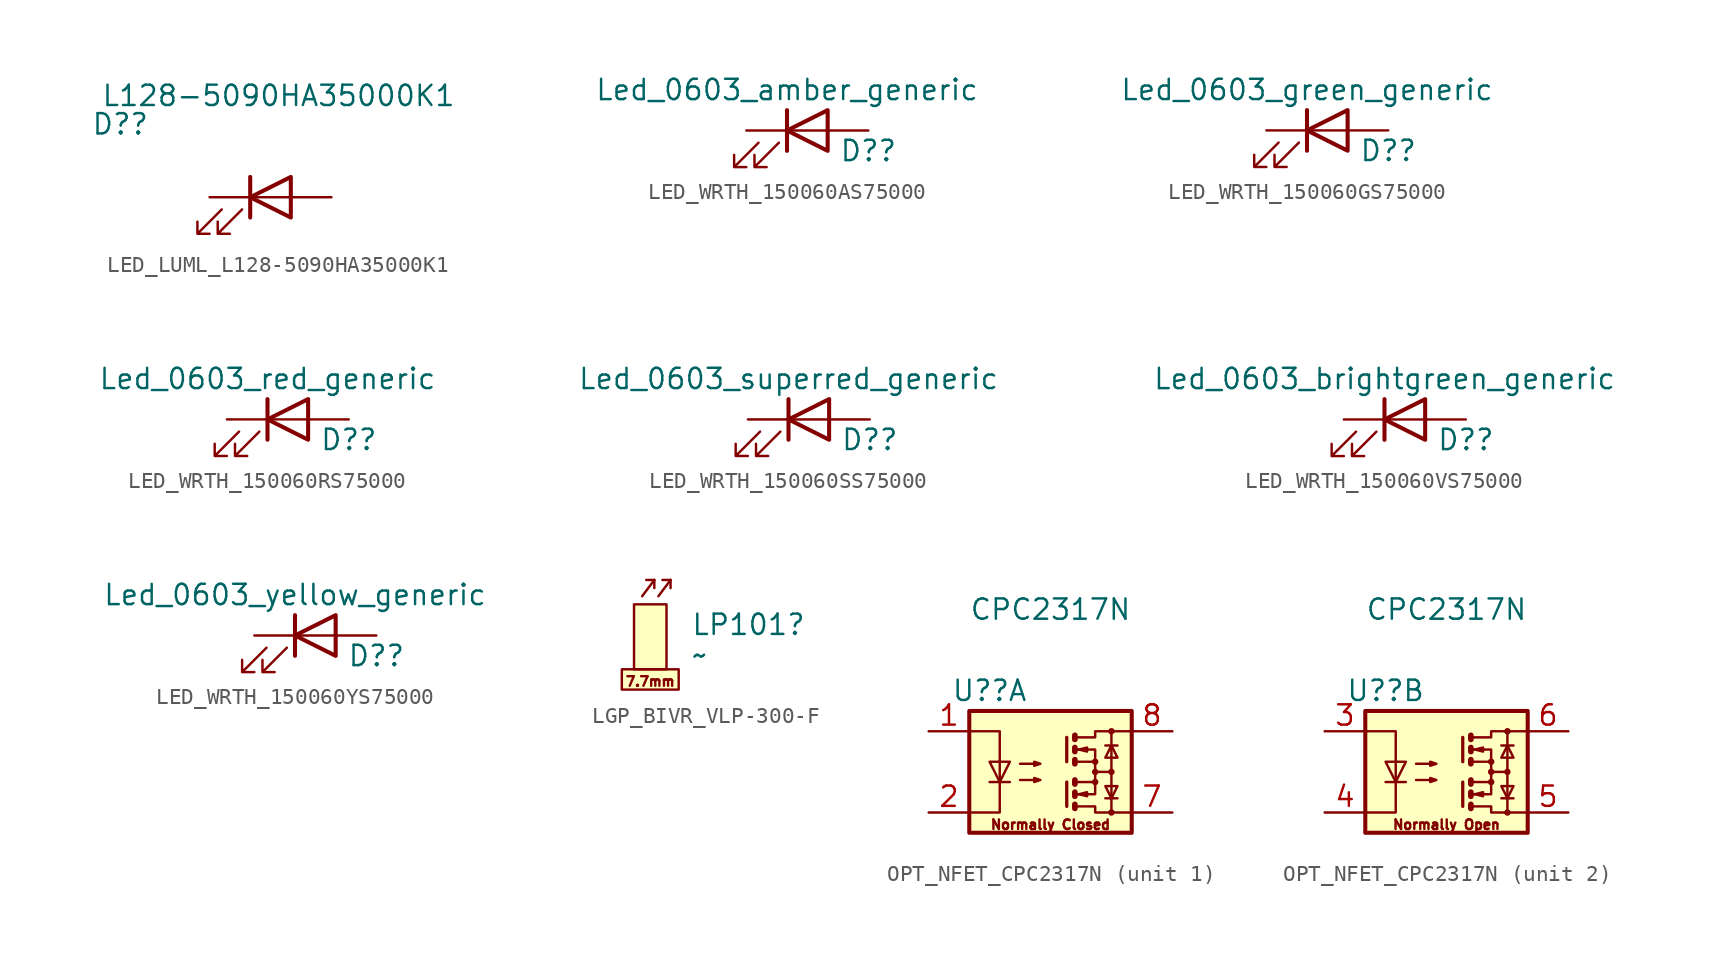
<source format=kicad_sym>
(kicad_symbol_lib
  (version 20231120)
  (generator "kicad_symbol_editor")
  (generator_version "8.0")
  (symbol "LED_LUML_L128-5090HA35000K1"
    (pin_numbers hide)
    (pin_names
      (offset 1.016) hide)
    (property "Reference" "D?"
      (at -9.398 4.572 0)
      (effects (font (size 1.27 1.27))))
    (property "Value" "L128-5090HA35000K1"
      (at 0.508 6.35 0)
      (effects (font (size 1.27 1.27))))
    (symbol "LED_LUML_L128-5090HA35000K1_0_1"
      (polyline (pts (xy -1.27 -1.27) (xy -1.27 1.27)) (stroke (width 0.254) (type default)) (fill (type none)))
      (polyline (pts (xy -1.27 0) (xy 1.27 0)) (stroke (width 0) (type default)) (fill (type none)))
      (polyline (pts (xy 1.27 -1.27) (xy 1.27 1.27) (xy -1.27 0) (xy 1.27 -1.27)) (stroke (width 0.254) (type default)) (fill (type none)))
      (polyline (pts (xy -3.048 -0.762) (xy -4.572 -2.286) (xy -3.81 -2.286) (xy -4.572 -2.286) (xy -4.572 -1.524)) (stroke (width 0) (type default)) (fill (type none)))
      (polyline (pts (xy -1.778 -0.762) (xy -3.302 -2.286) (xy -2.54 -2.286) (xy -3.302 -2.286) (xy -3.302 -1.524)) (stroke (width 0) (type default)) (fill (type none))))
    (symbol "LED_LUML_L128-5090HA35000K1_1_1"
      (pin passive line (at -3.81 0 0) (length 2.54) (name "K" (effects (font (size 1.27 1.27)))) (number "1" (effects (font (size 1.27 1.27)))))
      (pin passive line (at 3.81 0 180) (length 2.54) (name "A" (effects (font (size 1.27 1.27)))) (number "2" (effects (font (size 1.27 1.27)))))))
  (symbol "LED_WRTH_150060AS75000"
    (pin_numbers hide)
    (pin_names
      (offset 1.016) hide)
    (property "Reference" "D?"
      (at 3.81 -1.27 0)
      (effects (font (size 1.27 1.27))))
    (property "Value" "Led_0603_amber_generic"
      (at -1.27 2.54 0)
      (effects (font (size 1.27 1.27))))
    (symbol "LED_WRTH_150060AS75000_0_1"
      (polyline (pts (xy -1.27 -1.27) (xy -1.27 1.27)) (stroke (width 0.254) (type default)) (fill (type none)))
      (polyline (pts (xy -1.27 0) (xy 1.27 0)) (stroke (width 0) (type default)) (fill (type none)))
      (polyline (pts (xy 1.27 -1.27) (xy 1.27 1.27) (xy -1.27 0) (xy 1.27 -1.27)) (stroke (width 0.254) (type default)) (fill (type none)))
      (polyline (pts (xy -3.048 -0.762) (xy -4.572 -2.286) (xy -3.81 -2.286) (xy -4.572 -2.286) (xy -4.572 -1.524)) (stroke (width 0) (type default)) (fill (type none)))
      (polyline (pts (xy -1.778 -0.762) (xy -3.302 -2.286) (xy -2.54 -2.286) (xy -3.302 -2.286) (xy -3.302 -1.524)) (stroke (width 0) (type default)) (fill (type none))))
    (symbol "LED_WRTH_150060AS75000_1_1"
      (pin passive line (at -3.81 0 0) (length 2.54) (name "K" (effects (font (size 1.27 1.27)))) (number "1" (effects (font (size 1.27 1.27)))))
      (pin passive line (at 3.81 0 180) (length 2.54) (name "A" (effects (font (size 1.27 1.27)))) (number "2" (effects (font (size 1.27 1.27)))))))
  (symbol "LED_WRTH_150060GS75000"
    (pin_numbers hide)
    (pin_names
      (offset 1.016) hide)
    (property "Reference" "D?"
      (at 3.81 -1.27 0)
      (effects (font (size 1.27 1.27))))
    (property "Value" "Led_0603_green_generic"
      (at -1.27 2.54 0)
      (effects (font (size 1.27 1.27))))
    (symbol "LED_WRTH_150060GS75000_0_1"
      (polyline (pts (xy -1.27 -1.27) (xy -1.27 1.27)) (stroke (width 0.254) (type default)) (fill (type none)))
      (polyline (pts (xy -1.27 0) (xy 1.27 0)) (stroke (width 0) (type default)) (fill (type none)))
      (polyline (pts (xy 1.27 -1.27) (xy 1.27 1.27) (xy -1.27 0) (xy 1.27 -1.27)) (stroke (width 0.254) (type default)) (fill (type none)))
      (polyline (pts (xy -3.048 -0.762) (xy -4.572 -2.286) (xy -3.81 -2.286) (xy -4.572 -2.286) (xy -4.572 -1.524)) (stroke (width 0) (type default)) (fill (type none)))
      (polyline (pts (xy -1.778 -0.762) (xy -3.302 -2.286) (xy -2.54 -2.286) (xy -3.302 -2.286) (xy -3.302 -1.524)) (stroke (width 0) (type default)) (fill (type none))))
    (symbol "LED_WRTH_150060GS75000_1_1"
      (pin passive line (at -3.81 0 0) (length 2.54) (name "K" (effects (font (size 1.27 1.27)))) (number "1" (effects (font (size 1.27 1.27)))))
      (pin passive line (at 3.81 0 180) (length 2.54) (name "A" (effects (font (size 1.27 1.27)))) (number "2" (effects (font (size 1.27 1.27)))))))
  (symbol "LED_WRTH_150060RS75000"
    (pin_numbers hide)
    (pin_names
      (offset 1.016) hide)
    (property "Reference" "D?"
      (at 3.81 -1.27 0)
      (effects (font (size 1.27 1.27))))
    (property "Value" "Led_0603_red_generic"
      (at -1.27 2.54 0)
      (effects (font (size 1.27 1.27))))
    (symbol "LED_WRTH_150060RS75000_0_1"
      (polyline (pts (xy -1.27 -1.27) (xy -1.27 1.27)) (stroke (width 0.254) (type default)) (fill (type none)))
      (polyline (pts (xy -1.27 0) (xy 1.27 0)) (stroke (width 0) (type default)) (fill (type none)))
      (polyline (pts (xy 1.27 -1.27) (xy 1.27 1.27) (xy -1.27 0) (xy 1.27 -1.27)) (stroke (width 0.254) (type default)) (fill (type none)))
      (polyline (pts (xy -3.048 -0.762) (xy -4.572 -2.286) (xy -3.81 -2.286) (xy -4.572 -2.286) (xy -4.572 -1.524)) (stroke (width 0) (type default)) (fill (type none)))
      (polyline (pts (xy -1.778 -0.762) (xy -3.302 -2.286) (xy -2.54 -2.286) (xy -3.302 -2.286) (xy -3.302 -1.524)) (stroke (width 0) (type default)) (fill (type none))))
    (symbol "LED_WRTH_150060RS75000_1_1"
      (pin passive line (at -3.81 0 0) (length 2.54) (name "K" (effects (font (size 1.27 1.27)))) (number "1" (effects (font (size 1.27 1.27)))))
      (pin passive line (at 3.81 0 180) (length 2.54) (name "A" (effects (font (size 1.27 1.27)))) (number "2" (effects (font (size 1.27 1.27)))))))
  (symbol "LED_WRTH_150060SS75000"
    (pin_numbers hide)
    (pin_names
      (offset 1.016) hide)
    (property "Reference" "D?"
      (at 3.81 -1.27 0)
      (effects (font (size 1.27 1.27))))
    (property "Value" "Led_0603_superred_generic"
      (at -1.27 2.54 0)
      (effects (font (size 1.27 1.27))))
    (symbol "LED_WRTH_150060SS75000_0_1"
      (polyline (pts (xy -1.27 -1.27) (xy -1.27 1.27)) (stroke (width 0.254) (type default)) (fill (type none)))
      (polyline (pts (xy -1.27 0) (xy 1.27 0)) (stroke (width 0) (type default)) (fill (type none)))
      (polyline (pts (xy 1.27 -1.27) (xy 1.27 1.27) (xy -1.27 0) (xy 1.27 -1.27)) (stroke (width 0.254) (type default)) (fill (type none)))
      (polyline (pts (xy -3.048 -0.762) (xy -4.572 -2.286) (xy -3.81 -2.286) (xy -4.572 -2.286) (xy -4.572 -1.524)) (stroke (width 0) (type default)) (fill (type none)))
      (polyline (pts (xy -1.778 -0.762) (xy -3.302 -2.286) (xy -2.54 -2.286) (xy -3.302 -2.286) (xy -3.302 -1.524)) (stroke (width 0) (type default)) (fill (type none))))
    (symbol "LED_WRTH_150060SS75000_1_1"
      (pin passive line (at -3.81 0 0) (length 2.54) (name "K" (effects (font (size 1.27 1.27)))) (number "1" (effects (font (size 1.27 1.27)))))
      (pin passive line (at 3.81 0 180) (length 2.54) (name "A" (effects (font (size 1.27 1.27)))) (number "2" (effects (font (size 1.27 1.27)))))))
  (symbol "LED_WRTH_150060VS75000"
    (pin_numbers hide)
    (pin_names
      (offset 0) hide)
    (property "Reference" "D?"
      (at 3.81 -1.27 0)
      (effects (font (size 1.27 1.27))))
    (property "Value" "Led_0603_brightgreen_generic"
      (at -1.27 2.54 0)
      (effects (font (size 1.27 1.27))))
    (symbol "LED_WRTH_150060VS75000_0_1"
      (polyline (pts (xy -1.27 -1.27) (xy -1.27 1.27)) (stroke (width 0.254) (type default)) (fill (type none)))
      (polyline (pts (xy -1.27 0) (xy 1.27 0)) (stroke (width 0) (type default)) (fill (type none)))
      (polyline (pts (xy 1.27 -1.27) (xy 1.27 1.27) (xy -1.27 0) (xy 1.27 -1.27)) (stroke (width 0.254) (type default)) (fill (type none)))
      (polyline (pts (xy -3.048 -0.762) (xy -4.572 -2.286) (xy -3.81 -2.286) (xy -4.572 -2.286) (xy -4.572 -1.524)) (stroke (width 0) (type default)) (fill (type none)))
      (polyline (pts (xy -1.778 -0.762) (xy -3.302 -2.286) (xy -2.54 -2.286) (xy -3.302 -2.286) (xy -3.302 -1.524)) (stroke (width 0) (type default)) (fill (type none))))
    (symbol "LED_WRTH_150060VS75000_1_1"
      (pin passive line (at -3.81 0 0) (length 2.54) (name "K" (effects (font (size 1.27 1.27)))) (number "1" (effects (font (size 1.27 1.27)))))
      (pin passive line (at 3.81 0 180) (length 2.54) (name "A" (effects (font (size 1.27 1.27)))) (number "2" (effects (font (size 1.27 1.27)))))))
  (symbol "LED_WRTH_150060YS75000"
    (pin_numbers hide)
    (pin_names
      (offset 1.016) hide)
    (property "Reference" "D?"
      (at 3.81 -1.27 0)
      (effects (font (size 1.27 1.27))))
    (property "Value" "Led_0603_yellow_generic"
      (at -1.27 2.54 0)
      (effects (font (size 1.27 1.27))))
    (symbol "LED_WRTH_150060YS75000_0_1"
      (polyline (pts (xy -1.27 -1.27) (xy -1.27 1.27)) (stroke (width 0.254) (type default)) (fill (type none)))
      (polyline (pts (xy -1.27 0) (xy 1.27 0)) (stroke (width 0) (type default)) (fill (type none)))
      (polyline (pts (xy 1.27 -1.27) (xy 1.27 1.27) (xy -1.27 0) (xy 1.27 -1.27)) (stroke (width 0.254) (type default)) (fill (type none)))
      (polyline (pts (xy -3.048 -0.762) (xy -4.572 -2.286) (xy -3.81 -2.286) (xy -4.572 -2.286) (xy -4.572 -1.524)) (stroke (width 0) (type default)) (fill (type none)))
      (polyline (pts (xy -1.778 -0.762) (xy -3.302 -2.286) (xy -2.54 -2.286) (xy -3.302 -2.286) (xy -3.302 -1.524)) (stroke (width 0) (type default)) (fill (type none))))
    (symbol "LED_WRTH_150060YS75000_1_1"
      (pin passive line (at -3.81 0 0) (length 2.54) (name "K" (effects (font (size 1.27 1.27)))) (number "1" (effects (font (size 1.27 1.27)))))
      (pin passive line (at 3.81 0 180) (length 2.54) (name "A" (effects (font (size 1.27 1.27)))) (number "2" (effects (font (size 1.27 1.27)))))))
  (symbol "LGP_BIVR_VLP-300-F"
    (property "Reference" "LP101"
      (at 2.54 4.064 0)
      (effects (font (size 1.27 1.27)) (justify left)))
    (property "Value" "~"
      (at 2.54 2.159 0)
      (effects (font (size 1.27 1.27)) (justify left)))
    (symbol "LGP_BIVR_VLP-300-F_0_1"
      (rectangle (start -1.778 1.27) (end 1.778 0) (stroke (width 0) (type default)) (fill (type background)))
      (rectangle (start -1.016 5.334) (end 1.016 1.27) (stroke (width 0) (type default)) (fill (type background)))
      (polyline (pts (xy -0.508 5.842) (xy 0.254 6.858)) (stroke (width 0) (type default)) (fill (type none)))
      (polyline (pts (xy 0.254 6.858) (xy -0.254 6.858)) (stroke (width 0) (type default)) (fill (type none)))
      (polyline (pts (xy 0.254 6.858) (xy 0.254 6.35)) (stroke (width 0) (type default)) (fill (type none)))
      (polyline (pts (xy 0.508 5.842) (xy 1.27 6.858)) (stroke (width 0) (type default)) (fill (type none)))
      (polyline (pts (xy 1.27 6.858) (xy 0.762 6.858)) (stroke (width 0) (type default)) (fill (type none)))
      (polyline (pts (xy 1.27 6.858) (xy 1.27 6.35)) (stroke (width 0) (type default)) (fill (type none))))
    (symbol "LGP_BIVR_VLP-300-F_1_1"
      (text "7.7mm" (at 0 0.508 0) (effects (font (size 0.6 0.6))))))
  (symbol "OPT_NFET_CPC2317N"
    (property "Reference" "U?"
      (at -3.81 5.08 0)
      (effects (font (size 1.27 1.27))))
    (property "Value" "CPC2317N"
      (at 0 10.16 0)
      (effects (font (size 1.27 1.27))))
    (symbol "OPT_NFET_CPC2317N_0_1"
      (rectangle (start -5.08 3.81) (end 5.08 -3.81) (stroke (width 0.254) (type default)) (fill (type background)))
      (polyline (pts (xy -3.81 -0.635) (xy -2.54 -0.635)) (stroke (width 0) (type default)) (fill (type none)))
      (polyline (pts (xy 1.016 -0.635) (xy 1.016 -2.159)) (stroke (width 0.203) (type default)) (fill (type none)))
      (polyline (pts (xy 1.016 2.159) (xy 1.016 0.635)) (stroke (width 0.203) (type default)) (fill (type none)))
      (polyline (pts (xy 1.524 -0.508) (xy 1.524 -0.762)) (stroke (width 0.356) (type default)) (fill (type none)))
      (polyline (pts (xy 2.794 0) (xy 3.81 0)) (stroke (width 0) (type default)) (fill (type none)))
      (polyline (pts (xy 3.429 -1.651) (xy 4.191 -1.651)) (stroke (width 0) (type default)) (fill (type none)))
      (polyline (pts (xy 3.429 1.651) (xy 4.191 1.651)) (stroke (width 0) (type default)) (fill (type none)))
      (polyline (pts (xy 3.81 -2.54) (xy 3.81 2.54)) (stroke (width 0) (type default)) (fill (type none)))
      (polyline (pts (xy 1.524 -2.032) (xy 1.524 -2.286) (xy 1.524 -2.286)) (stroke (width 0.356) (type default)) (fill (type none)))
      (polyline (pts (xy 1.524 -1.27) (xy 1.524 -1.524) (xy 1.524 -1.524)) (stroke (width 0.356) (type default)) (fill (type none)))
      (polyline (pts (xy 1.524 0.762) (xy 1.524 0.508) (xy 1.524 0.508)) (stroke (width 0.356) (type default)) (fill (type none)))
      (polyline (pts (xy 1.524 1.524) (xy 1.524 1.27) (xy 1.524 1.27)) (stroke (width 0.356) (type default)) (fill (type none)))
      (polyline (pts (xy 1.524 2.286) (xy 1.524 2.032) (xy 1.524 2.032)) (stroke (width 0.356) (type default)) (fill (type none)))
      (polyline (pts (xy 1.651 -1.397) (xy 2.794 -1.397) (xy 2.794 -0.635)) (stroke (width 0) (type default)) (fill (type none)))
      (polyline (pts (xy 1.651 1.397) (xy 2.794 1.397) (xy 2.794 0.635)) (stroke (width 0) (type default)) (fill (type none)))
      (polyline (pts (xy -5.08 2.54) (xy -3.175 2.54) (xy -3.175 -2.54) (xy -5.08 -2.54)) (stroke (width 0) (type default)) (fill (type none)))
      (polyline (pts (xy -3.175 -0.635) (xy -3.81 0.635) (xy -2.54 0.635) (xy -3.175 -0.635)) (stroke (width 0) (type default)) (fill (type none)))
      (polyline (pts (xy 1.651 -2.159) (xy 2.794 -2.159) (xy 2.794 -2.54) (xy 5.08 -2.54)) (stroke (width 0) (type default)) (fill (type none)))
      (polyline (pts (xy 1.651 -0.635) (xy 2.794 -0.635) (xy 2.794 0.635) (xy 1.651 0.635)) (stroke (width 0) (type default)) (fill (type none)))
      (polyline (pts (xy 1.651 2.159) (xy 2.794 2.159) (xy 2.794 2.54) (xy 5.08 2.54)) (stroke (width 0) (type default)) (fill (type none)))
      (polyline (pts (xy 1.778 -1.397) (xy 2.286 -1.27) (xy 2.286 -1.524) (xy 1.778 -1.397)) (stroke (width 0) (type default)) (fill (type none)))
      (polyline (pts (xy 1.778 1.397) (xy 2.286 1.524) (xy 2.286 1.27) (xy 1.778 1.397)) (stroke (width 0) (type default)) (fill (type none)))
      (polyline (pts (xy 3.81 -1.651) (xy 3.429 -0.889) (xy 4.191 -0.889) (xy 3.81 -1.651)) (stroke (width 0) (type default)) (fill (type none)))
      (polyline (pts (xy 3.81 1.651) (xy 3.429 0.889) (xy 4.191 0.889) (xy 3.81 1.651)) (stroke (width 0) (type default)) (fill (type none)))
      (polyline (pts (xy -1.905 -0.508) (xy -0.635 -0.508) (xy -1.016 -0.635) (xy -1.016 -0.381) (xy -0.635 -0.508)) (stroke (width 0) (type default)) (fill (type none)))
      (polyline (pts (xy -1.905 0.508) (xy -0.635 0.508) (xy -1.016 0.381) (xy -1.016 0.635) (xy -0.635 0.508)) (stroke (width 0) (type default)) (fill (type none)))
      (circle (center 2.794 -0.635) (radius 0.127) (stroke (width 0) (type default)) (fill (type none)))
      (circle (center 2.794 0) (radius 0.127) (stroke (width 0) (type default)) (fill (type none)))
      (circle (center 2.794 0.635) (radius 0.127) (stroke (width 0) (type default)) (fill (type none)))
      (circle (center 3.81 -2.54) (radius 0.127) (stroke (width 0) (type default)) (fill (type none)))
      (circle (center 3.81 0) (radius 0.127) (stroke (width 0) (type default)) (fill (type none)))
      (circle (center 3.81 2.54) (radius 0.127) (stroke (width 0) (type default)) (fill (type none))))
    (symbol "OPT_NFET_CPC2317N_1_1"
      (text "Normally Closed" (at 0 -3.302 0) (effects (font (size 0.6 0.6))))
      (pin passive line (at -7.62 2.54 0) (length 2.54) (name "~" (effects (font (size 1.27 1.27)))) (number "1" (effects (font (size 1.27 1.27)))))
      (pin passive line (at -7.62 -2.54 0) (length 2.54) (name "~" (effects (font (size 1.27 1.27)))) (number "2" (effects (font (size 1.27 1.27)))))
      (pin passive line (at 7.62 -2.54 180) (length 2.54) (name "~" (effects (font (size 1.27 1.27)))) (number "7" (effects (font (size 1.27 1.27)))))
      (pin passive line (at 7.62 2.54 180) (length 2.54) (name "~" (effects (font (size 1.27 1.27)))) (number "8" (effects (font (size 1.27 1.27))))))
    (symbol "OPT_NFET_CPC2317N_2_1"
      (text "Normally Open" (at 0 -3.302 0) (effects (font (size 0.6 0.6))))
      (pin passive line (at -7.62 2.54 0) (length 2.54) (name "~" (effects (font (size 1.27 1.27)))) (number "3" (effects (font (size 1.27 1.27)))))
      (pin passive line (at -7.62 -2.54 0) (length 2.54) (name "~" (effects (font (size 1.27 1.27)))) (number "4" (effects (font (size 1.27 1.27)))))
      (pin passive line (at 7.62 -2.54 180) (length 2.54) (name "~" (effects (font (size 1.27 1.27)))) (number "5" (effects (font (size 1.27 1.27)))))
      (pin passive line (at 7.62 2.54 180) (length 2.54) (name "~" (effects (font (size 1.27 1.27)))) (number "6" (effects (font (size 1.27 1.27))))))))
</source>
